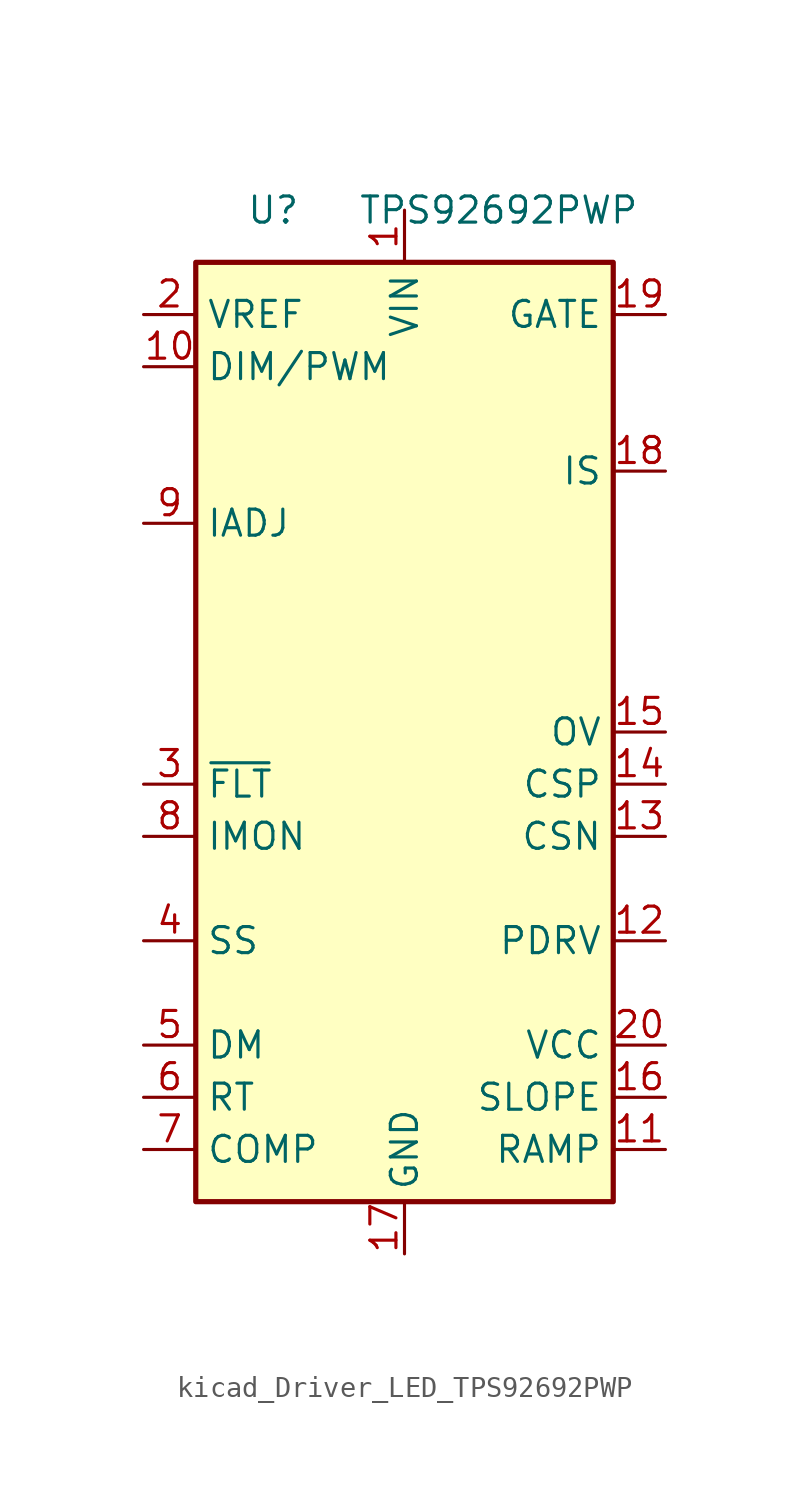
<source format=kicad_sym>
(kicad_symbol_lib
  (version 20220914)
  (generator kicad_symbol_editor)
  (symbol "kicad_Driver_LED_TPS92692PWP"
    (property "Reference" "U"
      (at -5.08 25.4 0)
      (effects (font (size 1.27 1.27)) (justify right)))
    (property "Value" "TPS92692PWP"
      (at 11.43 25.4 0)
      (effects (font (size 1.27 1.27)) (justify right)))
    (symbol "kicad_Driver_LED_TPS92692PWP_0_1"
      (rectangle (start -10.16 22.86) (end 10.16 -22.86) (stroke (width 0.254) (type default)) (fill (type background))))
    (symbol "kicad_Driver_LED_TPS92692PWP_1_1"
      (pin power_in line (at 0 25.4 270) (length 2.54) (name "VIN" (effects (font (size 1.27 1.27)))) (number "1" (effects (font (size 1.27 1.27)))))
      (pin input line (at -12.7 17.78 0) (length 2.54) (name "DIM/PWM" (effects (font (size 1.27 1.27)))) (number "10" (effects (font (size 1.27 1.27)))))
      (pin passive line (at 12.7 -20.32 180) (length 2.54) (name "RAMP" (effects (font (size 1.27 1.27)))) (number "11" (effects (font (size 1.27 1.27)))))
      (pin output line (at 12.7 -10.16 180) (length 2.54) (name "PDRV" (effects (font (size 1.27 1.27)))) (number "12" (effects (font (size 1.27 1.27)))))
      (pin input line (at 12.7 -5.08 180) (length 2.54) (name "CSN" (effects (font (size 1.27 1.27)))) (number "13" (effects (font (size 1.27 1.27)))))
      (pin input line (at 12.7 -2.54 180) (length 2.54) (name "CSP" (effects (font (size 1.27 1.27)))) (number "14" (effects (font (size 1.27 1.27)))))
      (pin input line (at 12.7 0 180) (length 2.54) (name "OV" (effects (font (size 1.27 1.27)))) (number "15" (effects (font (size 1.27 1.27)))))
      (pin passive line (at 12.7 -17.78 180) (length 2.54) (name "SLOPE" (effects (font (size 1.27 1.27)))) (number "16" (effects (font (size 1.27 1.27)))))
      (pin power_in line (at 0 -25.4 90) (length 2.54) (name "GND" (effects (font (size 1.27 1.27)))) (number "17" (effects (font (size 1.27 1.27)))))
      (pin input line (at 12.7 12.7 180) (length 2.54) (name "IS" (effects (font (size 1.27 1.27)))) (number "18" (effects (font (size 1.27 1.27)))))
      (pin output line (at 12.7 20.32 180) (length 2.54) (name "GATE" (effects (font (size 1.27 1.27)))) (number "19" (effects (font (size 1.27 1.27)))))
      (pin power_out line (at -12.7 20.32 0) (length 2.54) (name "VREF" (effects (font (size 1.27 1.27)))) (number "2" (effects (font (size 1.27 1.27)))))
      (pin power_out line (at 12.7 -15.24 180) (length 2.54) (name "VCC" (effects (font (size 1.27 1.27)))) (number "20" (effects (font (size 1.27 1.27)))))
      (pin passive line (at 0 -25.4 90) (length 2.54) hide (name "GND" (effects (font (size 1.27 1.27)))) (number "21" (effects (font (size 1.27 1.27)))))
      (pin open_collector line (at -12.7 -2.54 0) (length 2.54) (name "~{FLT}" (effects (font (size 1.27 1.27)))) (number "3" (effects (font (size 1.27 1.27)))))
      (pin passive line (at -12.7 -10.16 0) (length 2.54) (name "SS" (effects (font (size 1.27 1.27)))) (number "4" (effects (font (size 1.27 1.27)))))
      (pin passive line (at -12.7 -15.24 0) (length 2.54) (name "DM" (effects (font (size 1.27 1.27)))) (number "5" (effects (font (size 1.27 1.27)))))
      (pin passive line (at -12.7 -17.78 0) (length 2.54) (name "RT" (effects (font (size 1.27 1.27)))) (number "6" (effects (font (size 1.27 1.27)))))
      (pin passive line (at -12.7 -20.32 0) (length 2.54) (name "COMP" (effects (font (size 1.27 1.27)))) (number "7" (effects (font (size 1.27 1.27)))))
      (pin output line (at -12.7 -5.08 0) (length 2.54) (name "IMON" (effects (font (size 1.27 1.27)))) (number "8" (effects (font (size 1.27 1.27)))))
      (pin input line (at -12.7 10.16 0) (length 2.54) (name "IADJ" (effects (font (size 1.27 1.27)))) (number "9" (effects (font (size 1.27 1.27))))))))
</source>
